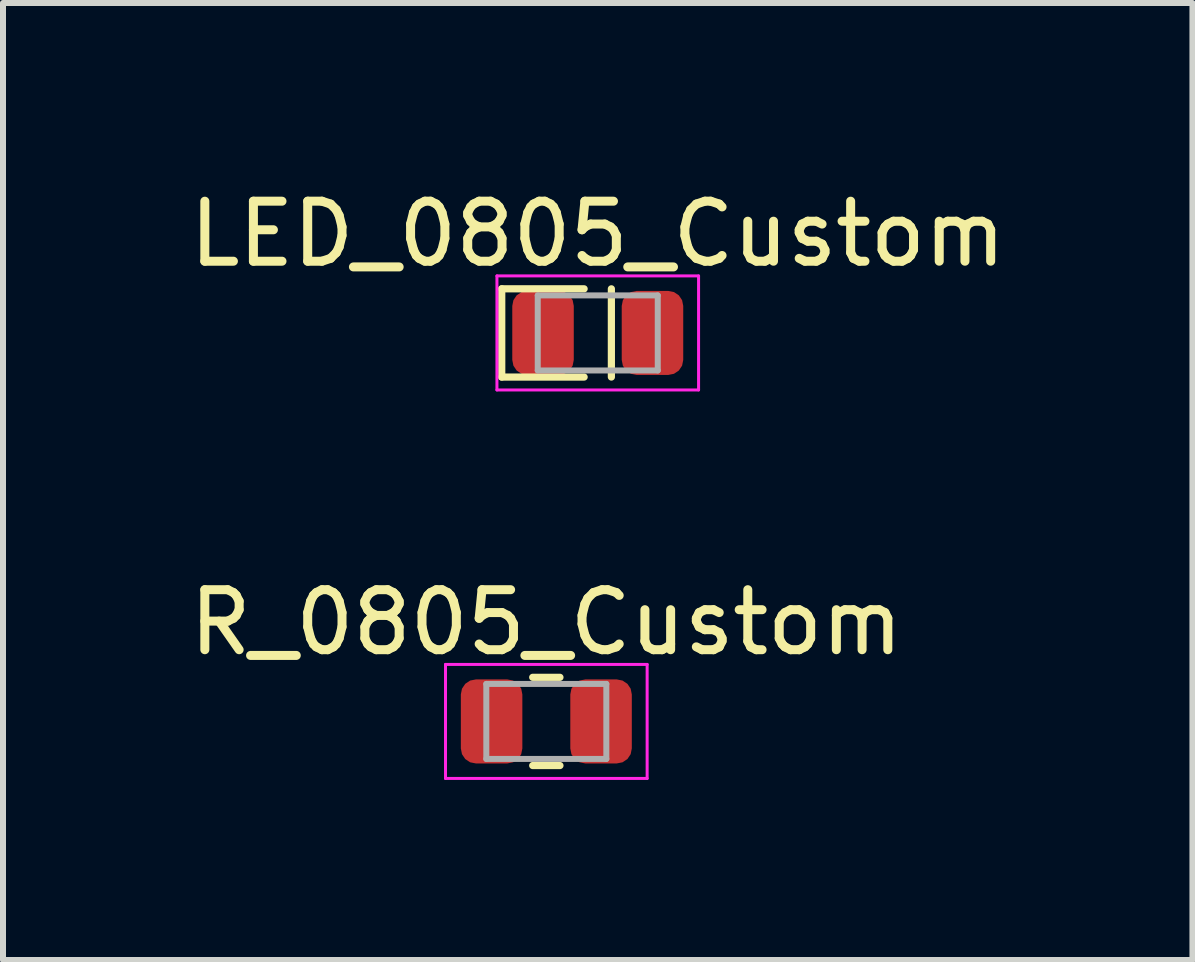
<source format=kicad_pcb>
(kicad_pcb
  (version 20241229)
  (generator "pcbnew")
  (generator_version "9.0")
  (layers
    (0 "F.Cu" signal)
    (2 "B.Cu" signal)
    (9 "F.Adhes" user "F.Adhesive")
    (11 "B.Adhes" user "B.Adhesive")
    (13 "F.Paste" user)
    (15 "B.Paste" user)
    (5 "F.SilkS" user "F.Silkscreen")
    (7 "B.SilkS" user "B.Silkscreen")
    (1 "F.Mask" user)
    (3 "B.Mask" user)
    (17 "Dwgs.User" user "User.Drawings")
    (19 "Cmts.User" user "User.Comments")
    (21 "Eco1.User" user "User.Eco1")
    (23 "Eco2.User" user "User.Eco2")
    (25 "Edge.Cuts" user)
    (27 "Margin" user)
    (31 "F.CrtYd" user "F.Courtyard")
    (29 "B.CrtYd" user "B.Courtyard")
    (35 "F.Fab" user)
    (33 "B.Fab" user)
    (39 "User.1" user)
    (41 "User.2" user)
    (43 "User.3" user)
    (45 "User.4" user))
  (footprint "LED_0805_Custom"
    (layer "F.Cu")
    (at 6.911 2.498)
    (property "Reference" "LED_0805_Custom" (at 0 -1.65 0) (layer "F.SilkS") (effects (font (size 1 1) (thickness 0.15))))
    (attr smd)
    (fp_line (start -1.6 -0.735) (end -0.227 -0.735) (stroke (width 0.12) (type solid)) (layer "F.SilkS"))
    (fp_line (start -1.6 0.735) (end -1.6 -0.735) (stroke (width 0.12) (type solid)) (layer "F.SilkS"))
    (fp_line (start -0.227 0.735) (end -1.6 0.735) (stroke (width 0.12) (type solid)) (layer "F.SilkS"))
    (fp_line (start 0.227 -0.735) (end 0.227 0.735) (stroke (width 0.12) (type solid)) (layer "F.SilkS"))
    (fp_line (start -1.68 -0.95) (end 1.68 -0.95) (stroke (width 0.05) (type solid)) (layer "F.CrtYd"))
    (fp_line (start -1.68 0.95) (end -1.68 -0.95) (stroke (width 0.05) (type solid)) (layer "F.CrtYd"))
    (fp_line (start 1.68 -0.95) (end 1.68 0.95) (stroke (width 0.05) (type solid)) (layer "F.CrtYd"))
    (fp_line (start 1.68 0.95) (end -1.68 0.95) (stroke (width 0.05) (type solid)) (layer "F.CrtYd"))
    (fp_line (start -1 -0.625) (end 1 -0.625) (stroke (width 0.1) (type solid)) (layer "F.Fab"))
    (fp_line (start -1 0.625) (end -1 -0.625) (stroke (width 0.1) (type solid)) (layer "F.Fab"))
    (fp_line (start 1 -0.625) (end 1 0.625) (stroke (width 0.1) (type solid)) (layer "F.Fab"))
    (fp_line (start 1 0.625) (end -1 0.625) (stroke (width 0.1) (type solid)) (layer "F.Fab"))
    (pad "1" smd roundrect (at -0.912 0) (size 1.025 1.4) (layers "F.Cu" "F.Mask" "F.Paste") (roundrect_rratio 0.244))
    (pad "2" smd roundrect (at 0.912 0) (size 1.025 1.4) (layers "F.Cu" "F.Mask" "F.Paste") (roundrect_rratio 0.244)))
  (footprint "R_0805_Custom"
    (layer "F.Cu")
    (at 6.054 8.972)
    (property "Reference" "R_0805_Custom" (at 0 -1.65 0) (layer "F.SilkS") (effects (font (size 1 1) (thickness 0.15))))
    (attr smd)
    (fp_line (start -0.227 -0.735) (end 0.227 -0.735) (stroke (width 0.12) (type solid)) (layer "F.SilkS"))
    (fp_line (start -0.227 0.735) (end 0.227 0.735) (stroke (width 0.12) (type solid)) (layer "F.SilkS"))
    (fp_line (start -1.68 -0.95) (end 1.68 -0.95) (stroke (width 0.05) (type solid)) (layer "F.CrtYd"))
    (fp_line (start -1.68 0.95) (end -1.68 -0.95) (stroke (width 0.05) (type solid)) (layer "F.CrtYd"))
    (fp_line (start 1.68 -0.95) (end 1.68 0.95) (stroke (width 0.05) (type solid)) (layer "F.CrtYd"))
    (fp_line (start 1.68 0.95) (end -1.68 0.95) (stroke (width 0.05) (type solid)) (layer "F.CrtYd"))
    (fp_line (start -1 -0.625) (end 1 -0.625) (stroke (width 0.1) (type solid)) (layer "F.Fab"))
    (fp_line (start -1 0.625) (end -1 -0.625) (stroke (width 0.1) (type solid)) (layer "F.Fab"))
    (fp_line (start 1 -0.625) (end 1 0.625) (stroke (width 0.1) (type solid)) (layer "F.Fab"))
    (fp_line (start 1 0.625) (end -1 0.625) (stroke (width 0.1) (type solid)) (layer "F.Fab"))
    (pad "1" smd roundrect (at -0.912 0) (size 1.025 1.4) (layers "F.Cu" "F.Mask" "F.Paste") (roundrect_rratio 0.244))
    (pad "2" smd roundrect (at 0.912 0) (size 1.025 1.4) (layers "F.Cu" "F.Mask" "F.Paste") (roundrect_rratio 0.244)))
  (gr_rect
    (start -3 -3)
    (end 16.821 12.947)
    (stroke (width 0.1) (type default))
    (fill no)
    (layer "Edge.Cuts")))
</source>
